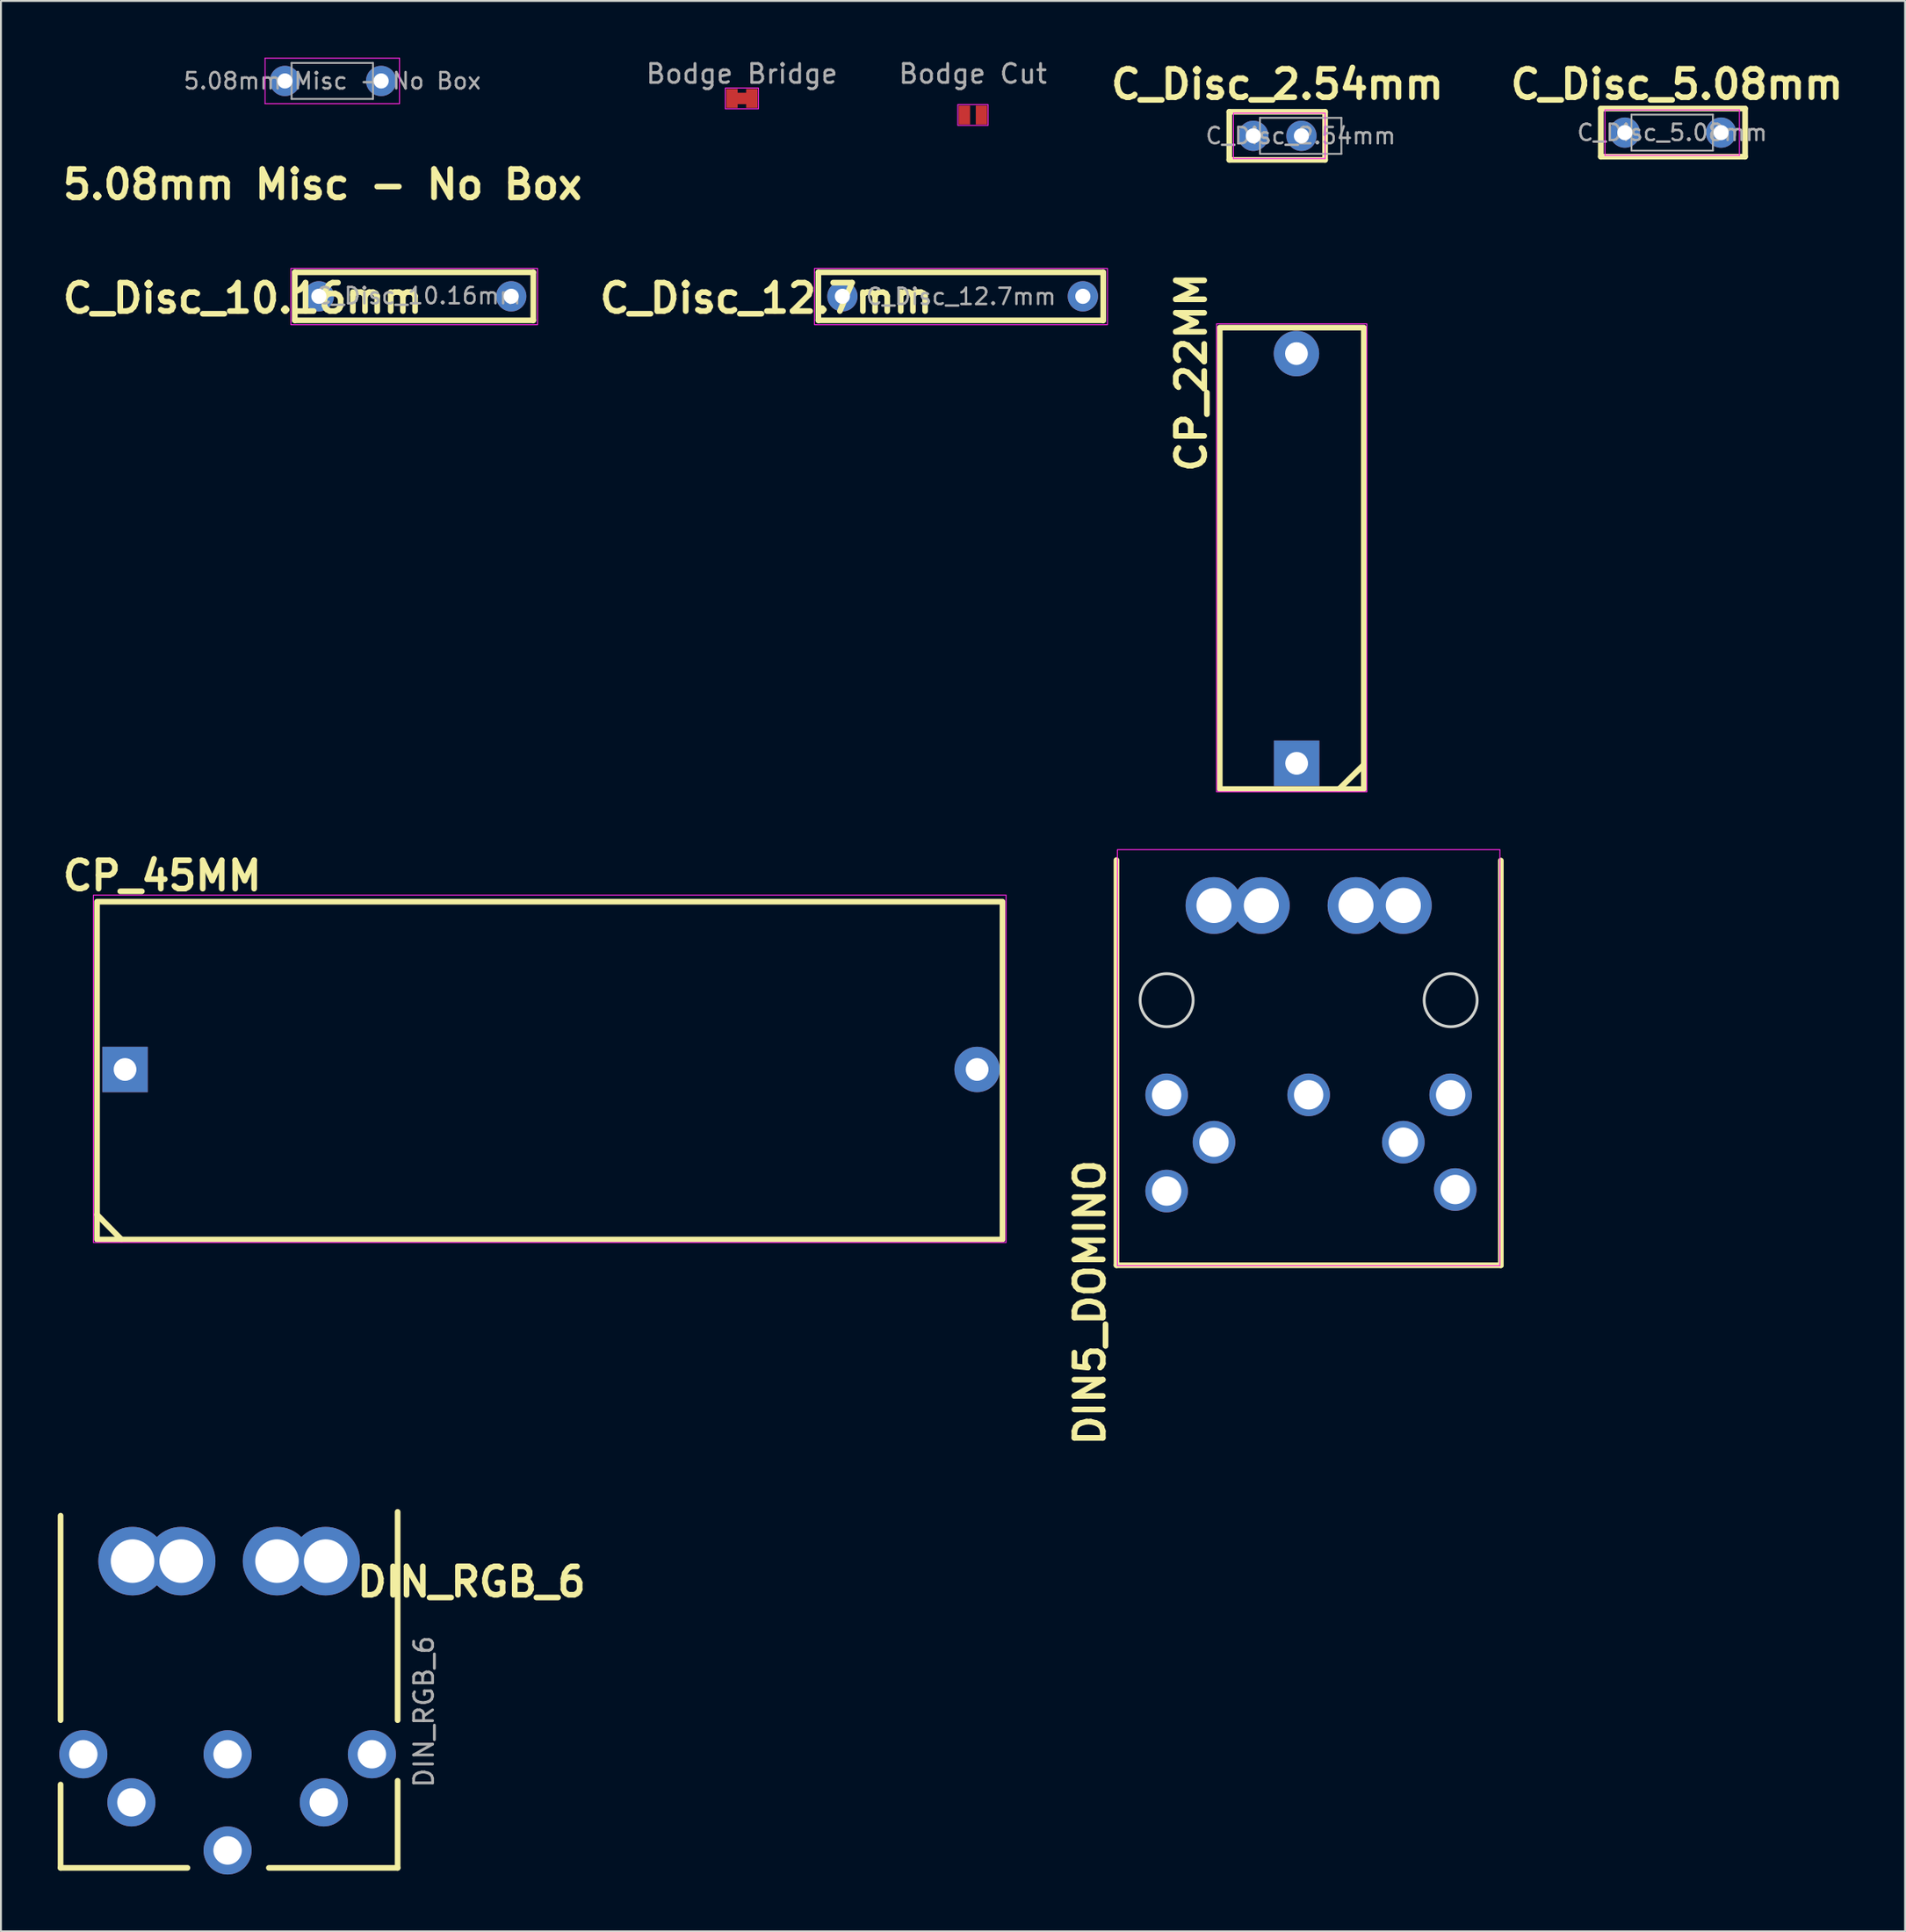
<source format=kicad_pcb>
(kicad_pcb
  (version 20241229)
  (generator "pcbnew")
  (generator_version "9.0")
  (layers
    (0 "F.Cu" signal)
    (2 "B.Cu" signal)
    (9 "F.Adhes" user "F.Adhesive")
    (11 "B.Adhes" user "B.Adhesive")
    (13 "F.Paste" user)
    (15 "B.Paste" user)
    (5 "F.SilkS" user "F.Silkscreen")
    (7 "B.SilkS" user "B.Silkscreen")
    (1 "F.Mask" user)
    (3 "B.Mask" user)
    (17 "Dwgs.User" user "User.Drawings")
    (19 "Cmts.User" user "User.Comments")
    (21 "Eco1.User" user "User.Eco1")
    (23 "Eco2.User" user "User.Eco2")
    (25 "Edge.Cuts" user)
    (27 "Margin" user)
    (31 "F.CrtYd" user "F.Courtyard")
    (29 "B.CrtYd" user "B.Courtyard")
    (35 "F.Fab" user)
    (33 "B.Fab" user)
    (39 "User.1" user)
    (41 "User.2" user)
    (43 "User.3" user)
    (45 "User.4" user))
  (footprint "Bodge Cut"
    (layer "F.Cu")
    (at 48.332 3.023)
    (property "Reference" "Bodge Cut" (at 0 -2.175 0) (layer "F.Fab") (effects (font (size 1 1) (thickness 0.15))))
    (attr exclude_from_pos_files exclude_from_bom allow_soldermask_bridges)
    (fp_rect (start -0.15 -0.5) (end 0.15 0.5) (stroke (width 0) (type default)) (fill yes) (layer "F.Mask"))
    (fp_rect (start -0.8 -0.55) (end 0.8 0.55) (stroke (width 0.05) (type default)) (fill no) (layer "F.CrtYd"))
    (pad "1" smd rect (at -0.45 0) (size 0.6 1) (layers "F.Cu" "F.Mask"))
    (pad "2" smd rect (at 0.45 0) (size 0.6 1) (layers "F.Cu" "F.Mask")))
  (footprint "Bodge Bridge"
    (layer "F.Cu")
    (at 36.13 2.148)
    (property "Reference" "Bodge Bridge" (at 0 -1.3 0) (layer "F.Fab") (effects (font (size 1 1) (thickness 0.15))))
    (attr exclude_from_pos_files exclude_from_bom allow_soldermask_bridges)
    (fp_poly (pts (xy -0.25 -0.3) (xy 0.25 -0.3) (xy 0.25 0.3) (xy -0.25 0.3)) (stroke (width 0) (type solid)) (fill yes) (layer "F.Cu"))
    (fp_rect (start -0.15 -0.5) (end 0.15 0.5) (stroke (width 0) (type default)) (fill yes) (layer "F.Mask"))
    (fp_rect (start -0.875 -0.55) (end 0.875 0.55) (stroke (width 0.05) (type default)) (fill no) (layer "F.CrtYd"))
    (pad "1" smd rect (at -0.525 0) (size 0.6 1) (layers "F.Cu" "F.Mask"))
    (pad "2" smd rect (at 0.525 0) (size 0.6 1) (layers "F.Cu" "F.Mask")))
  (footprint "DIN_RGB_6"
    (layer "F.Cu")
    (at 1.35 89.598)
    (property "Reference" "DIN_RGB_6" (at 20.5 -9.1 0) (layer "F.SilkS") (effects (font (size 1.5 1.5) (thickness 0.3) (bold yes))))
    (attr through_hole)
    (fp_line (start -1.2 -1.8) (end -1.2 -12.6) (stroke (width 0.3) (type default)) (layer "F.SilkS"))
    (fp_line (start -1.2 1.6) (end -1.2 6) (stroke (width 0.3) (type default)) (layer "F.SilkS"))
    (fp_line (start -1.2 6) (end 5.5 6) (stroke (width 0.3) (type default)) (layer "F.SilkS"))
    (fp_line (start 9.8 6) (end 16.6 6) (stroke (width 0.3) (type default)) (layer "F.SilkS"))
    (fp_line (start 16.6 -1.8) (end 16.6 -12.8) (stroke (width 0.3) (type default)) (layer "F.SilkS"))
    (fp_line (start 16.6 6) (end 16.6 1.4) (stroke (width 0.3) (type default)) (layer "F.SilkS"))
    (fp_text user "${REFERENCE}" (at 17.99 -2.25 270) (layer "F.Fab") (effects (font (size 1 1) (thickness 0.15))))
    (pad "1" thru_hole circle (at 0 0) (size 2.54 2.54) (drill 1.5) (layers "*.Cu" "*.Mask"))
    (pad "2" thru_hole circle (at 2.54 2.54) (size 2.54 2.54) (drill 1.5) (layers "*.Cu" "*.Mask"))
    (pad "3" thru_hole circle (at 7.62 0) (size 2.54 2.54) (drill 1.5) (layers "*.Cu" "*.Mask"))
    (pad "4" thru_hole circle (at 12.7 2.54) (size 2.54 2.54) (drill 1.5) (layers "*.Cu" "*.Mask"))
    (pad "5" thru_hole circle (at 15.24 0) (size 2.54 2.54) (drill 1.5) (layers "*.Cu" "*.Mask"))
    (pad "6" thru_hole circle (at 7.62 5.08) (size 2.54 2.54) (drill 1.5) (layers "*.Cu" "*.Mask"))
    (pad "S" thru_hole circle (at 2.6 -10.2 270) (size 3.616 3.616) (drill 2.3) (layers "*.Cu" "*.Mask"))
    (pad "S" thru_hole circle (at 5.17 -10.2 270) (size 3.616 3.616) (drill 2.3) (layers "*.Cu" "*.Mask"))
    (pad "S" thru_hole circle (at 10.23 -10.2 270) (size 3.616 3.616) (drill 2.3) (layers "*.Cu" "*.Mask"))
    (pad "S" thru_hole circle (at 12.8 -10.2 270) (size 3.616 3.616) (drill 2.3) (layers "*.Cu" "*.Mask")))
  (footprint "CP_45MM"
    (layer "F.Cu")
    (at 3.554 53.432)
    (property "Reference" "CP_45MM" (at 1.96 -10.23 180) (layer "F.SilkS") (effects (font (size 1.5 1.5) (thickness 0.3) (bold yes))))
    (attr through_hole)
    (fp_line (start -0.19 8.98) (end -1.48 7.67) (stroke (width 0.3) (type default)) (layer "F.SilkS"))
    (fp_rect (start -1.48 -8.86) (end 46.34 8.98) (stroke (width 0.3) (type default)) (fill no) (layer "F.SilkS"))
    (fp_rect (start -1.67 -9.21) (end 46.53 9.14) (stroke (width 0.05) (type default)) (fill no) (layer "F.CrtYd"))
    (pad "1" thru_hole rect (at 0 0) (size 2.4 2.4) (drill 1.2) (layers "*.Cu" "*.Mask"))
    (pad "2" thru_hole oval (at 45 0) (size 2.4 2.4) (drill 1.2) (layers "*.Cu" "*.Mask")))
  (footprint "C_Disc_12.7mm"
    (layer "F.Cu")
    (at 41.439 12.599)
    (property "Reference" "C_Disc_12.7mm" (at -4.025 0.1 0) (layer "F.SilkS") (effects (font (size 1.5 1.5) (thickness 0.3) (bold yes))))
    (attr through_hole)
    (fp_line (start -1.27 -1.27) (end -1.27 1.27) (stroke (width 0.3) (type default)) (layer "F.SilkS"))
    (fp_line (start -1.27 1.27) (end 13.775 1.27) (stroke (width 0.3) (type default)) (layer "F.SilkS"))
    (fp_line (start 13.775 -1.27) (end -1.27 -1.27) (stroke (width 0.3) (type default)) (layer "F.SilkS"))
    (fp_line (start 13.775 -1.265) (end 13.775 1.275) (stroke (width 0.3) (type default)) (layer "F.SilkS"))
    (fp_rect (start -1.475 -1.475) (end 14 1.5) (stroke (width 0.05) (type default)) (fill no) (layer "F.CrtYd"))
    (fp_text user "${REFERENCE}" (at 6.263 0.013 0) (layer "F.Fab") (effects (font (size 0.86 0.86) (thickness 0.129))))
    (pad "1" thru_hole circle (at 0 0) (size 1.6 1.6) (drill 0.8) (layers "*.Cu" "*.Mask"))
    (pad "2" thru_hole circle (at 12.7 0) (size 1.6 1.6) (drill 0.8) (layers "*.Cu" "*.Mask")))
  (footprint "C_Disc_10.16mm"
    (layer "F.Cu")
    (at 13.789 12.599)
    (property "Reference" "C_Disc_10.16mm" (at -4.025 0.1 0) (layer "F.SilkS") (effects (font (size 1.5 1.5) (thickness 0.3) (bold yes))))
    (attr through_hole)
    (fp_line (start -1.27 -1.27) (end -1.27 1.27) (stroke (width 0.3) (type default)) (layer "F.SilkS"))
    (fp_line (start -1.27 1.27) (end 11.325 1.27) (stroke (width 0.3) (type default)) (layer "F.SilkS"))
    (fp_line (start 11.325 -1.27) (end -1.27 -1.27) (stroke (width 0.3) (type default)) (layer "F.SilkS"))
    (fp_line (start 11.325 -1.27) (end 11.325 1.27) (stroke (width 0.3) (type default)) (layer "F.SilkS"))
    (fp_rect (start -1.475 -1.475) (end 11.55 1.5) (stroke (width 0.05) (type default)) (fill no) (layer "F.CrtYd"))
    (fp_text user "${REFERENCE}" (at 5.25 -0.025 0) (layer "F.Fab") (effects (font (size 0.86 0.86) (thickness 0.129))))
    (pad "1" thru_hole circle (at 0 0) (size 1.6 1.6) (drill 0.8) (layers "*.Cu" "*.Mask"))
    (pad "2" thru_hole circle (at 10.16 0) (size 1.6 1.6) (drill 0.8) (layers "*.Cu" "*.Mask")))
  (footprint "DIN5_DOMINO"
    (layer "F.Cu")
    (at 58.563 54.773)
    (property "Reference" "DIN5_DOMINO" (at -4.05 3.275 270) (layer "F.SilkS") (effects (font (size 1.5 1.5) (thickness 0.3) (bold yes)) (justify right)))
    (attr through_hole)
    (fp_line (start -2.65 9) (end -2.65 -12.4) (stroke (width 0.3) (type solid)) (layer "F.SilkS"))
    (fp_line (start 17.65 -12.375) (end 17.65 9) (stroke (width 0.3) (type solid)) (layer "F.SilkS"))
    (fp_line (start 17.65 9) (end -2.65 9) (stroke (width 0.3) (type solid)) (layer "F.SilkS"))
    (fp_circle (center 0 -5) (end 1.4 -5) (stroke (width 0.15) (type solid)) (fill no) (layer "Edge.Cuts"))
    (fp_circle (center 15 -5) (end 16.4 -5) (stroke (width 0.15) (type solid)) (fill no) (layer "Edge.Cuts"))
    (fp_rect (start -2.6 -12.95) (end 17.6 9.025) (stroke (width 0.05) (type default)) (fill no) (layer "F.CrtYd"))
    (pad "" thru_hole circle (at 0 5.08 180) (size 2.25 2.25) (drill 1.55) (layers "*.Cu" "*.Mask"))
    (pad "" thru_hole circle (at 15.24 5 180) (size 2.25 2.25) (drill 1.55) (layers "*.Cu" "*.Mask"))
    (pad "1" thru_hole circle (at 7.5 0 180) (size 2.25 2.25) (drill 1.55) (layers "*.Cu" "*.Mask"))
    (pad "2" thru_hole circle (at 12.5 2.5 180) (size 2.25 2.25) (drill 1.55) (layers "*.Cu" "*.Mask"))
    (pad "3" thru_hole circle (at 2.5 2.5 180) (size 2.25 2.25) (drill 1.55) (layers "*.Cu" "*.Mask"))
    (pad "4" thru_hole circle (at 0 0 180) (size 2.25 2.25) (drill 1.55) (layers "*.Cu" "*.Mask"))
    (pad "5" thru_hole circle (at 15 0 180) (size 2.25 2.25) (drill 1.55) (layers "*.Cu" "*.Mask"))
    (pad "S" thru_hole circle (at 2.5 -10 180) (size 3 3) (drill 1.85) (layers "*.Cu" "*.Mask"))
    (pad "S" thru_hole circle (at 5 -10 180) (size 3 3) (drill 1.85) (layers "*.Cu" "*.Mask"))
    (pad "S" thru_hole circle (at 10 -10 180) (size 3 3) (drill 1.85) (layers "*.Cu" "*.Mask"))
    (pad "S" thru_hole circle (at 12.5 -10 180) (size 3 3) (drill 1.85) (layers "*.Cu" "*.Mask")))
  (footprint "C_Disc_5.08mm"
    (layer "F.Cu")
    (at 82.762 3.954)
    (property "Reference" "C_Disc_5.08mm" (at 2.75 -2.55 0) (layer "F.SilkS") (effects (font (size 1.5 1.5) (thickness 0.3) (bold yes))))
    (attr through_hole)
    (fp_line (start -1.27 -1.27) (end -1.27 1.27) (stroke (width 0.3) (type default)) (layer "F.SilkS"))
    (fp_line (start -1.27 1.27) (end 6.35 1.27) (stroke (width 0.3) (type default)) (layer "F.SilkS"))
    (fp_line (start 6.35 -1.27) (end -1.27 -1.27) (stroke (width 0.3) (type default)) (layer "F.SilkS"))
    (fp_line (start 6.35 -1.27) (end 6.35 1.27) (stroke (width 0.3) (type default)) (layer "F.SilkS"))
    (fp_line (start -1.05 -1.2) (end -1.05 1.2) (stroke (width 0.05) (type solid)) (layer "F.CrtYd"))
    (fp_line (start -1.05 1.2) (end 6.05 1.2) (stroke (width 0.05) (type solid)) (layer "F.CrtYd"))
    (fp_line (start 6.05 -1.2) (end -1.05 -1.2) (stroke (width 0.05) (type solid)) (layer "F.CrtYd"))
    (fp_line (start 6.05 1.2) (end 6.05 -1.2) (stroke (width 0.05) (type solid)) (layer "F.CrtYd"))
    (fp_line (start 0.35 -0.95) (end 0.35 0.95) (stroke (width 0.1) (type solid)) (layer "F.Fab"))
    (fp_line (start 0.35 0.95) (end 4.65 0.95) (stroke (width 0.1) (type solid)) (layer "F.Fab"))
    (fp_line (start 4.65 -0.95) (end 0.35 -0.95) (stroke (width 0.1) (type solid)) (layer "F.Fab"))
    (fp_line (start 4.65 0.95) (end 4.65 -0.95) (stroke (width 0.1) (type solid)) (layer "F.Fab"))
    (fp_text user "${REFERENCE}" (at 2.5 0 0) (layer "F.Fab") (effects (font (size 0.86 0.86) (thickness 0.129))))
    (pad "1" thru_hole circle (at 0 0) (size 1.6 1.6) (drill 0.8) (layers "*.Cu" "*.Mask"))
    (pad "2" thru_hole circle (at 5.08 0) (size 1.6 1.6) (drill 0.8) (layers "*.Cu" "*.Mask")))
  (footprint "C_Disc_2.54mm"
    (layer "F.Cu")
    (at 63.142 4.124)
    (property "Reference" "C_Disc_2.54mm" (at 1.27 -2.72 0) (layer "F.SilkS") (effects (font (size 1.5 1.5) (thickness 0.3) (bold yes))))
    (attr through_hole)
    (fp_line (start -1.27 -1.27) (end -1.27 1.27) (stroke (width 0.3) (type default)) (layer "F.SilkS"))
    (fp_line (start -1.27 1.27) (end 3.79 1.27) (stroke (width 0.3) (type default)) (layer "F.SilkS"))
    (fp_line (start 3.79 -1.27) (end -1.27 -1.27) (stroke (width 0.3) (type default)) (layer "F.SilkS"))
    (fp_line (start 3.79 -1.27) (end 3.79 1.27) (stroke (width 0.3) (type default)) (layer "F.SilkS"))
    (fp_line (start -1.05 -1.2) (end -1.05 1.2) (stroke (width 0.05) (type solid)) (layer "F.CrtYd"))
    (fp_line (start -1.05 1.2) (end 3.79 1.2) (stroke (width 0.05) (type solid)) (layer "F.CrtYd"))
    (fp_line (start 3.79 -1.2) (end -1.05 -1.2) (stroke (width 0.05) (type solid)) (layer "F.CrtYd"))
    (fp_line (start 3.79 1.2) (end 3.79 -1.2) (stroke (width 0.05) (type solid)) (layer "F.CrtYd"))
    (fp_line (start 0.35 -0.95) (end 0.35 0.95) (stroke (width 0.1) (type solid)) (layer "F.Fab"))
    (fp_line (start 0.35 0.95) (end 4.65 0.95) (stroke (width 0.1) (type solid)) (layer "F.Fab"))
    (fp_line (start 4.65 -0.95) (end 0.35 -0.95) (stroke (width 0.1) (type solid)) (layer "F.Fab"))
    (fp_line (start 4.65 0.95) (end 4.65 -0.95) (stroke (width 0.1) (type solid)) (layer "F.Fab"))
    (fp_text user "${REFERENCE}" (at 2.5 0 0) (layer "F.Fab") (effects (font (size 0.86 0.86) (thickness 0.129))))
    (pad "1" thru_hole circle (at 0 0) (size 1.6 1.6) (drill 0.8) (layers "*.Cu" "*.Mask"))
    (pad "2" thru_hole circle (at 2.54 0) (size 1.6 1.6) (drill 0.8) (layers "*.Cu" "*.Mask")))
  (footprint "5.08mm Misc - No Box"
    (layer "F.Cu")
    (at 11.999 1.225)
    (property "Reference" "5.08mm Misc - No Box" (at 1.98 5.47 0) (layer "F.SilkS") (effects (font (size 1.5 1.5) (thickness 0.3) (bold yes))))
    (attr through_hole)
    (fp_line (start -1.05 -1.2) (end -1.05 1.2) (stroke (width 0.05) (type solid)) (layer "F.CrtYd"))
    (fp_line (start -1.05 1.2) (end 6.05 1.2) (stroke (width 0.05) (type solid)) (layer "F.CrtYd"))
    (fp_line (start 6.05 -1.2) (end -1.05 -1.2) (stroke (width 0.05) (type solid)) (layer "F.CrtYd"))
    (fp_line (start 6.05 1.2) (end 6.05 -1.2) (stroke (width 0.05) (type solid)) (layer "F.CrtYd"))
    (fp_line (start 0.35 -0.95) (end 0.35 0.95) (stroke (width 0.1) (type solid)) (layer "F.Fab"))
    (fp_line (start 0.35 0.95) (end 4.65 0.95) (stroke (width 0.1) (type solid)) (layer "F.Fab"))
    (fp_line (start 4.65 -0.95) (end 0.35 -0.95) (stroke (width 0.1) (type solid)) (layer "F.Fab"))
    (fp_line (start 4.65 0.95) (end 4.65 -0.95) (stroke (width 0.1) (type solid)) (layer "F.Fab"))
    (fp_text user "${REFERENCE}" (at 2.5 0 0) (layer "F.Fab") (effects (font (size 0.86 0.86) (thickness 0.129))))
    (pad "1" thru_hole circle (at 0 0) (size 1.6 1.6) (drill 0.8) (layers "*.Cu" "*.Mask"))
    (pad "2" thru_hole circle (at 5.08 0) (size 1.6 1.6) (drill 0.8) (layers "*.Cu" "*.Mask")))
  (footprint "CP_22MM"
    (layer "F.Cu")
    (at 65.428 37.263)
    (property "Reference" "CP_22MM" (at -5.56 -20.65 90) (layer "F.SilkS") (effects (font (size 1.5 1.5) (thickness 0.3) (bold yes))))
    (attr through_hole)
    (fp_line (start 3.55 0.07) (end 2.24 1.36) (stroke (width 0.3) (type default)) (layer "F.SilkS"))
    (fp_rect (start -4.06 -23.01) (end 3.55 1.36) (stroke (width 0.3) (type default)) (fill no) (layer "F.SilkS"))
    (fp_rect (start -4.23 -23.21) (end 3.71 1.51) (stroke (width 0.05) (type default)) (fill no) (layer "F.CrtYd"))
    (pad "1" thru_hole rect (at 0 0) (size 2.4 2.4) (drill 1.2) (layers "*.Cu" "*.Mask"))
    (pad "2" thru_hole oval (at -0.01 -21.64) (size 2.4 2.4) (drill 1.2) (layers "*.Cu" "*.Mask")))
  (gr_rect
    (start -3 -3)
    (end 97.562 98.948)
    (stroke (width 0.1) (type default))
    (fill no)
    (layer "Edge.Cuts")))
</source>
